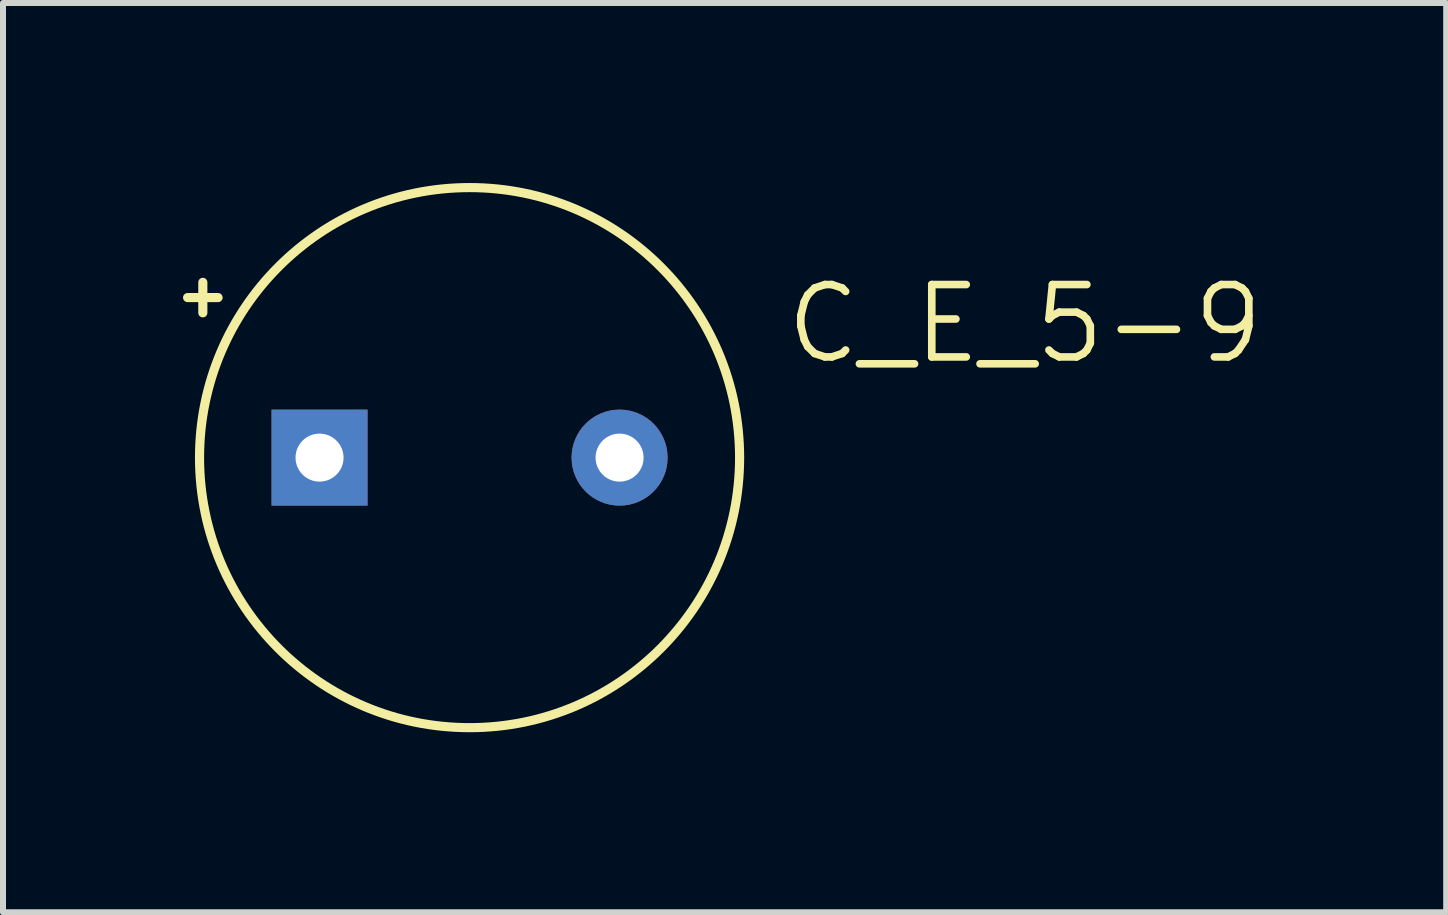
<source format=kicad_pcb>
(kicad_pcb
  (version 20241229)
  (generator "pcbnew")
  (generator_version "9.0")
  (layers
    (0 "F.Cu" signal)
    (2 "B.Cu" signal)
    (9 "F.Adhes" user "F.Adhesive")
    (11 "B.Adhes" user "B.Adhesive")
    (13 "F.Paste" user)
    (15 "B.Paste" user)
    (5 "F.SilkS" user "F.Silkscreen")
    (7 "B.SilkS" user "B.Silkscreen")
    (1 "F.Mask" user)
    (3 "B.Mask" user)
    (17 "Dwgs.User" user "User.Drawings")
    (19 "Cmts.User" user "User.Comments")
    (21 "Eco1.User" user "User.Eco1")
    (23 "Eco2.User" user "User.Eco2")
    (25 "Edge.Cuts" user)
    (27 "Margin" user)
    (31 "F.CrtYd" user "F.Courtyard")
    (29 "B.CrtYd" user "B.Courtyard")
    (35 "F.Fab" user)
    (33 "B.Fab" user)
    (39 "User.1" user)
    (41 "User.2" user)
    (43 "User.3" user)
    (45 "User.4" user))
  (footprint "C_E_5-9"
    (layer "F.Cu")
    (at 4.775 4.576)
    (property "Reference" "C_E_5-9" (at 5.207 -1.524 0) (layer "F.SilkS") (effects (font (size 1.206 1.206) (thickness 0.127)) (justify left bottom)))
    (attr through_hole)
    (fp_line (start -4.445 -2.921) (end -4.445 -2.413) (stroke (width 0.152) (type solid)) (layer "F.SilkS"))
    (fp_line (start -4.191 -2.667) (end -4.699 -2.667) (stroke (width 0.152) (type solid)) (layer "F.SilkS"))
    (fp_circle (center 0 0) (end 4.5 0) (stroke (width 0.152) (type solid)) (fill no) (layer "F.SilkS"))
    (pad "+" thru_hole rect (at -2.5 0) (size 1.6 1.6) (drill 0.8) (layers "*.Cu" "*.Mask"))
    (pad "-" thru_hole circle (at 2.5 0) (size 1.6 1.6) (drill 0.8) (layers "*.Cu" "*.Mask")))
  (gr_rect
    (start -3 -3)
    (end 21.05 12.152)
    (stroke (width 0.1) (type default))
    (fill no)
    (layer "Edge.Cuts")))
</source>
